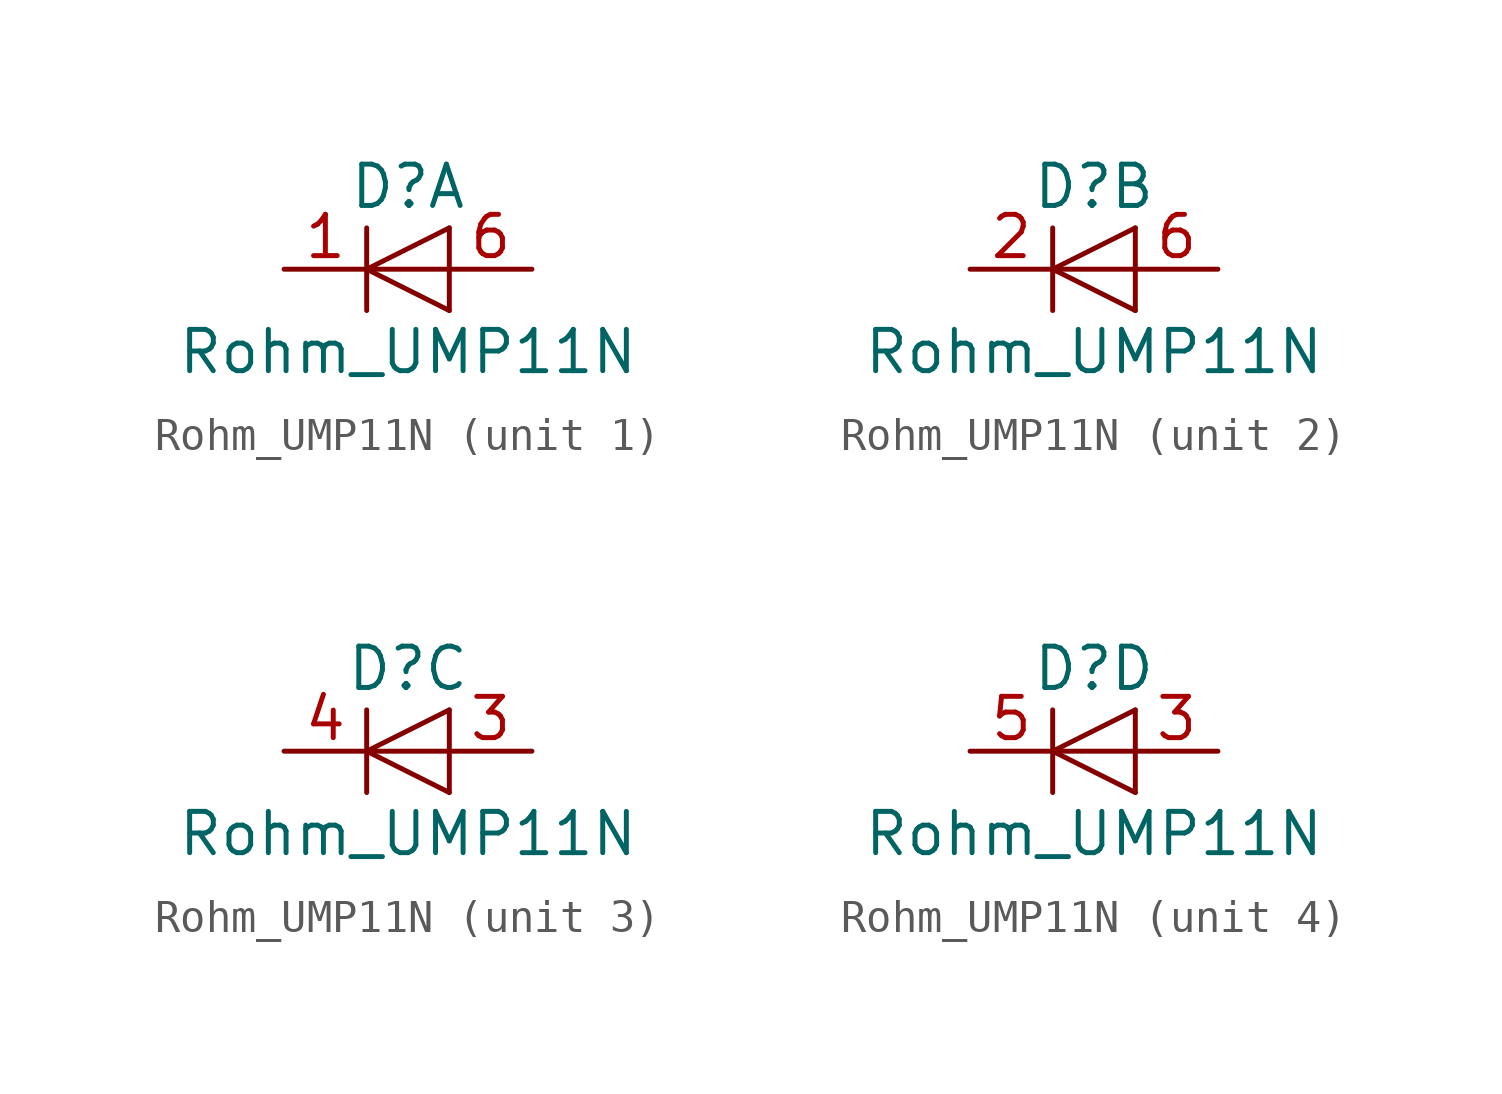
<source format=kicad_sym>
(kicad_symbol_lib
  (version 20220914)
  (generator kicad_symbol_editor)
  (symbol "Rohm_UMP11N"
    (pin_names
      (offset 1.016) hide)
    (property "Reference" "D"
      (at 0 2.54 0)
      (effects (font (size 1.27 1.27))))
    (property "Value" "Rohm_UMP11N"
      (at 0 -2.54 0)
      (effects (font (size 1.27 1.27))))
    (symbol "Rohm_UMP11N_0_1"
      (polyline (pts (xy -1.27 1.27) (xy -1.27 -1.27)) (stroke (width 0.152) (type default)) (fill (type none)))
      (polyline (pts (xy 1.27 -1.27) (xy 1.27 1.27)) (stroke (width 0) (type default)) (fill (type none)))
      (polyline (pts (xy 1.27 0) (xy -1.27 0)) (stroke (width 0) (type default)) (fill (type none)))
      (polyline (pts (xy 1.27 1.27) (xy -1.27 0) (xy 1.27 -1.27)) (stroke (width 0) (type default)) (fill (type none))))
    (symbol "Rohm_UMP11N_1_1"
      (pin passive line (at -3.81 0 0) (length 2.54) (name "K" (effects (font (size 1.27 1.27)))) (number "1" (effects (font (size 1.27 1.27)))))
      (pin passive line (at 3.81 0 180) (length 2.54) (name "A" (effects (font (size 1.27 1.27)))) (number "6" (effects (font (size 1.27 1.27))))))
    (symbol "Rohm_UMP11N_2_1"
      (pin passive line (at -3.81 0 0) (length 2.54) (name "K" (effects (font (size 1.27 1.27)))) (number "2" (effects (font (size 1.27 1.27)))))
      (pin passive line (at 3.81 0 180) (length 2.54) (name "A" (effects (font (size 1.27 1.27)))) (number "6" (effects (font (size 1.27 1.27))))))
    (symbol "Rohm_UMP11N_3_1"
      (pin passive line (at 3.81 0 180) (length 2.54) (name "A" (effects (font (size 1.27 1.27)))) (number "3" (effects (font (size 1.27 1.27)))))
      (pin passive line (at -3.81 0 0) (length 2.54) (name "K" (effects (font (size 1.27 1.27)))) (number "4" (effects (font (size 1.27 1.27))))))
    (symbol "Rohm_UMP11N_4_1"
      (pin passive line (at 3.81 0 180) (length 2.54) (name "A" (effects (font (size 1.27 1.27)))) (number "3" (effects (font (size 1.27 1.27)))))
      (pin passive line (at -3.81 0 0) (length 2.54) (name "K" (effects (font (size 1.27 1.27)))) (number "5" (effects (font (size 1.27 1.27))))))))
</source>
